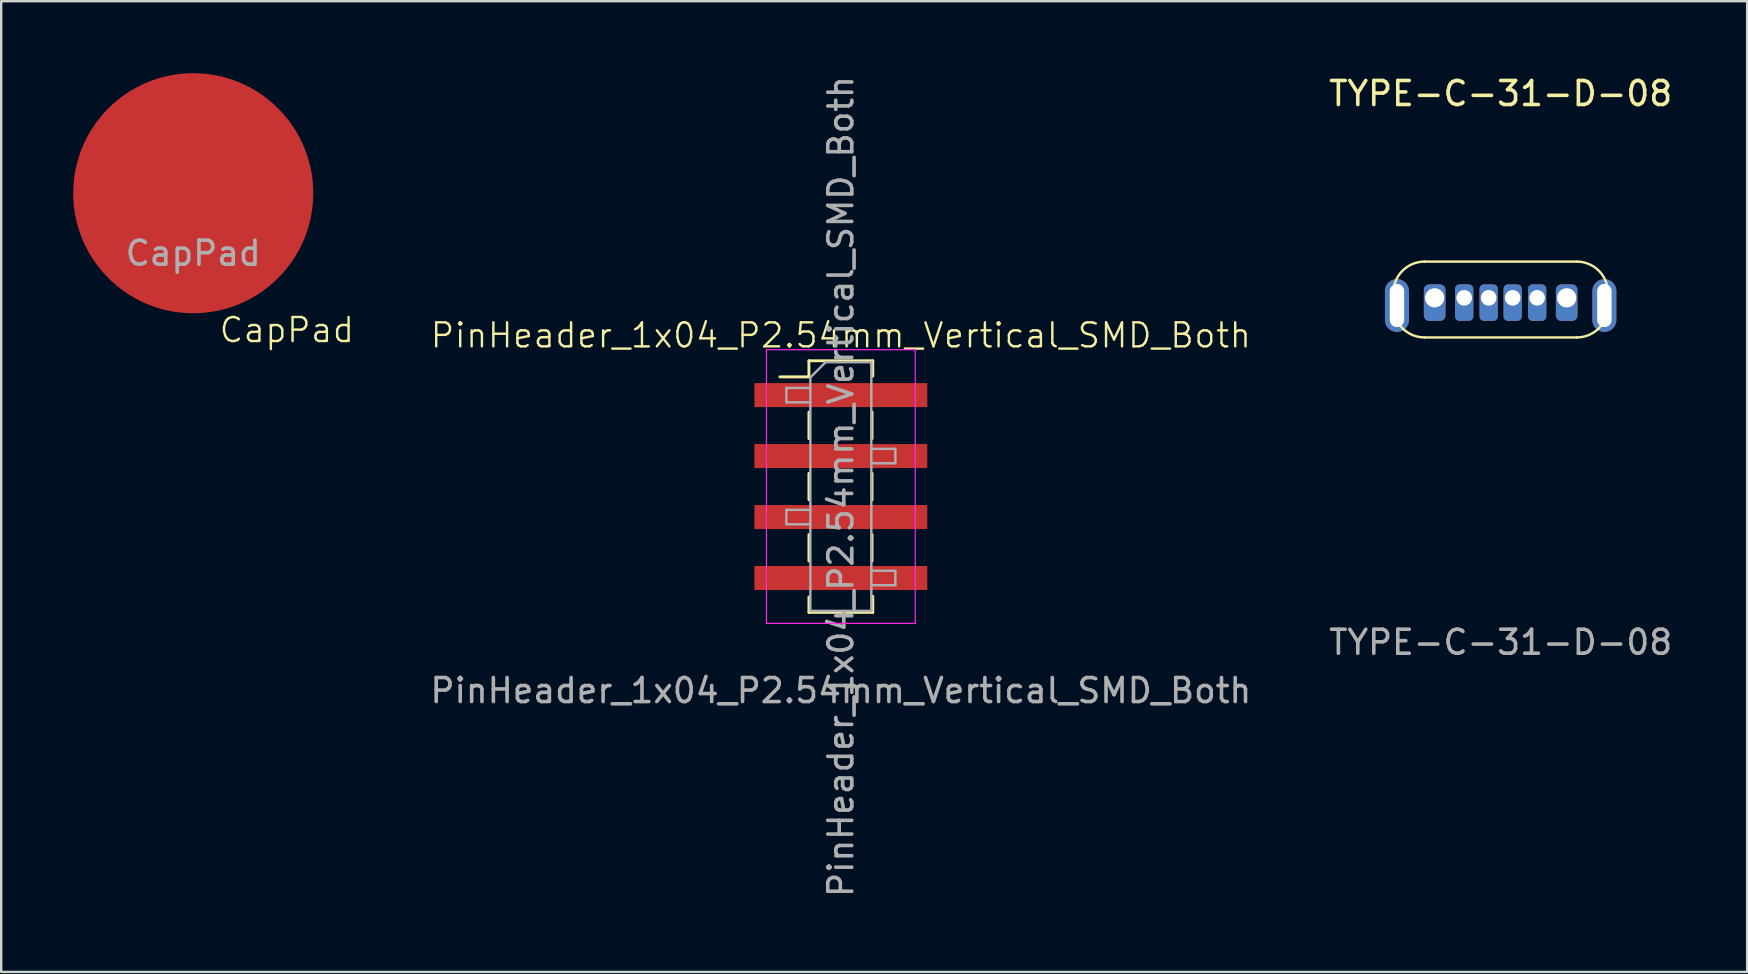
<source format=kicad_pcb>
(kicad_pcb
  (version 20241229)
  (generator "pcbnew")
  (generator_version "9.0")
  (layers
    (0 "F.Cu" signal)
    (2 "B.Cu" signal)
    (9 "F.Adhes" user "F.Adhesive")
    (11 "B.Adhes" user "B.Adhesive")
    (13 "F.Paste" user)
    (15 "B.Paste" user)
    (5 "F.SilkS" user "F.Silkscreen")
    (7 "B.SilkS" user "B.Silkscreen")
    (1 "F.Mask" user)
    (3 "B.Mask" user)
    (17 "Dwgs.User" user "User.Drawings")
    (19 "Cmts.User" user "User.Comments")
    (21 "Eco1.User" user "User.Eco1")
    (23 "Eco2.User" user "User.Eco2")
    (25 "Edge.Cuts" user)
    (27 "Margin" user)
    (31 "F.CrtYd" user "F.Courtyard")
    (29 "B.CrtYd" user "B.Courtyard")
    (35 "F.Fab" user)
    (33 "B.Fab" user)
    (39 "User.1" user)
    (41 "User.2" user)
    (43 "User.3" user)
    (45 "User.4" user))
  (footprint "CapPad"
    (layer "F.Cu")
    (at 5 5)
    (property "Reference" "CapPad" (at 3.9 5.7 0) (unlocked yes) (layer "F.SilkS") (effects (font (size 1 1) (thickness 0.1))))
    (attr smd)
    (fp_text user "${REFERENCE}" (at 0 2.5 0) (unlocked yes) (layer "F.Fab") (effects (font (size 1 1) (thickness 0.15))))
    (pad "1" smd circle (at 0 0) (size 10 10) (layers "F.Cu" "F.Paste")))
  (footprint "PinHeader_1x04_P2.54mm_Vertical_SMD_Both"
    (layer "F.Cu")
    (at 31.98 17.22)
    (property "Reference" "PinHeader_1x04_P2.54mm_Vertical_SMD_Both" (at 0 -6.3 0) (unlocked yes) (layer "F.SilkS") (effects (font (size 1 1) (thickness 0.1))))
    (attr smd)
    (fp_line (start -2.54 -4.57) (end -1.33 -4.57) (stroke (width 0.12) (type solid)) (layer "F.SilkS"))
    (fp_line (start -1.33 -5.24) (end -1.33 -4.57) (stroke (width 0.12) (type solid)) (layer "F.SilkS"))
    (fp_line (start -1.33 -5.24) (end 1.33 -5.24) (stroke (width 0.12) (type solid)) (layer "F.SilkS"))
    (fp_line (start -1.33 -3.1) (end -1.33 -2) (stroke (width 0.12) (type solid)) (layer "F.SilkS"))
    (fp_line (start -1.33 -0.55) (end -1.33 0.55) (stroke (width 0.12) (type solid)) (layer "F.SilkS"))
    (fp_line (start -1.33 2) (end -1.33 3.1) (stroke (width 0.12) (type solid)) (layer "F.SilkS"))
    (fp_line (start -1.33 4.6) (end -1.33 5.24) (stroke (width 0.12) (type solid)) (layer "F.SilkS"))
    (fp_line (start -1.33 5.24) (end 1.33 5.24) (stroke (width 0.12) (type solid)) (layer "F.SilkS"))
    (fp_line (start 1.3 -3.1) (end 1.3 -2) (stroke (width 0.12) (type solid)) (layer "F.SilkS"))
    (fp_line (start 1.3 -0.55) (end 1.3 0.55) (stroke (width 0.12) (type solid)) (layer "F.SilkS"))
    (fp_line (start 1.3 2) (end 1.3 3.1) (stroke (width 0.12) (type solid)) (layer "F.SilkS"))
    (fp_line (start 1.33 -5.24) (end 1.33 -4.6) (stroke (width 0.12) (type solid)) (layer "F.SilkS"))
    (fp_line (start 1.33 4.57) (end 1.33 5.24) (stroke (width 0.12) (type solid)) (layer "F.SilkS"))
    (fp_line (start -3.1 -5.7) (end 3.1 -5.7) (stroke (width 0.05) (type solid)) (layer "F.CrtYd"))
    (fp_line (start -3.1 5.7) (end -3.1 -5.7) (stroke (width 0.05) (type solid)) (layer "F.CrtYd"))
    (fp_line (start 3.1 -5.7) (end 3.1 5.7) (stroke (width 0.05) (type solid)) (layer "F.CrtYd"))
    (fp_line (start 3.1 5.7) (end -3.1 5.7) (stroke (width 0.05) (type solid)) (layer "F.CrtYd"))
    (fp_line (start -2.27 -4.11) (end -1.27 -4.11) (stroke (width 0.1) (type solid)) (layer "F.Fab"))
    (fp_line (start -2.27 -3.51) (end -2.27 -4.11) (stroke (width 0.1) (type solid)) (layer "F.Fab"))
    (fp_line (start -2.27 1.57) (end -2.27 0.97) (stroke (width 0.1) (type solid)) (layer "F.Fab"))
    (fp_line (start -1.27 -4.545) (end -0.635 -5.18) (stroke (width 0.1) (type solid)) (layer "F.Fab"))
    (fp_line (start -1.27 -3.51) (end -2.27 -3.51) (stroke (width 0.1) (type solid)) (layer "F.Fab"))
    (fp_line (start -1.27 0.97) (end -2.27 0.97) (stroke (width 0.1) (type solid)) (layer "F.Fab"))
    (fp_line (start -1.27 1.57) (end -2.27 1.57) (stroke (width 0.1) (type solid)) (layer "F.Fab"))
    (fp_line (start -1.27 5.18) (end -1.27 -4.545) (stroke (width 0.1) (type solid)) (layer "F.Fab"))
    (fp_line (start -0.635 -5.18) (end 1.27 -5.18) (stroke (width 0.1) (type solid)) (layer "F.Fab"))
    (fp_line (start 1.27 -5.18) (end 1.27 5.18) (stroke (width 0.1) (type solid)) (layer "F.Fab"))
    (fp_line (start 1.27 -1.57) (end 2.27 -1.57) (stroke (width 0.1) (type solid)) (layer "F.Fab"))
    (fp_line (start 1.27 3.51) (end 2.27 3.51) (stroke (width 0.1) (type solid)) (layer "F.Fab"))
    (fp_line (start 1.27 5.18) (end -1.27 5.18) (stroke (width 0.1) (type solid)) (layer "F.Fab"))
    (fp_line (start 2.27 -1.57) (end 2.27 -0.97) (stroke (width 0.1) (type solid)) (layer "F.Fab"))
    (fp_line (start 2.27 -0.97) (end 1.27 -0.97) (stroke (width 0.1) (type solid)) (layer "F.Fab"))
    (fp_line (start 2.27 3.51) (end 2.27 4.11) (stroke (width 0.1) (type solid)) (layer "F.Fab"))
    (fp_line (start 2.27 4.11) (end 1.27 4.11) (stroke (width 0.1) (type solid)) (layer "F.Fab"))
    (fp_text user "${REFERENCE}" (at 0 0 90) (layer "F.Fab") (effects (font (size 1 1) (thickness 0.15))))
    (fp_text user "${REFERENCE}" (at 0 8.5 0) (unlocked yes) (layer "F.Fab") (effects (font (size 1 1) (thickness 0.15))))
    (pad "1" smd rect (at 0 -3.81) (size 7.2 1) (layers "F.Cu" "F.Mask" "F.Paste"))
    (pad "2" smd rect (at 0 -1.27) (size 7.2 1) (layers "F.Cu" "F.Mask" "F.Paste"))
    (pad "3" smd rect (at 0 1.27) (size 7.2 1) (layers "F.Cu" "F.Mask" "F.Paste"))
    (pad "4" smd rect (at 0 3.81) (size 7.2 1) (layers "F.Cu" "F.Mask" "F.Paste")))
  (footprint "TYPE-C-31-D-08"
    (layer "F.Cu")
    (at 59.468 11.008)
    (property "Reference" "TYPE-C-31-D-08" (at 0 -10.16 0) (unlocked yes) (layer "F.SilkS") (effects (font (size 1 1) (thickness 0.15))))
    (attr through_hole)
    (fp_line (start -4.47 -1.3) (end -4.47 -1.86) (stroke (width 0.1) (type default)) (layer "F.SilkS"))
    (fp_line (start -3.17 -3.16) (end 3.17 -3.16) (stroke (width 0.1) (type default)) (layer "F.SilkS"))
    (fp_line (start 3.17 0) (end -3.17 0) (stroke (width 0.1) (type default)) (layer "F.SilkS"))
    (fp_line (start 4.47 -1.86) (end 4.47 -1.3) (stroke (width 0.1) (type default)) (layer "F.SilkS"))
    (fp_arc (start -4.47 -1.86) (mid -4.089239 -2.779238) (end -3.17 -3.16) (stroke (width 0.1) (type default)) (layer "F.SilkS"))
    (fp_arc (start -3.17 0) (mid -4.089238 -0.380761) (end -4.47 -1.3) (stroke (width 0.1) (type default)) (layer "F.SilkS"))
    (fp_arc (start 3.17 -3.16) (mid 4.089238 -2.779239) (end 4.47 -1.86) (stroke (width 0.1) (type default)) (layer "F.SilkS"))
    (fp_arc (start 4.47 -1.3) (mid 4.089239 -0.380762) (end 3.17 0) (stroke (width 0.1) (type default)) (layer "F.SilkS"))
    (fp_text user "${REFERENCE}" (at 0 12.7 0) (unlocked yes) (layer "F.Fab") (effects (font (size 1 1) (thickness 0.15))))
    (pad "A5" thru_hole roundrect (at -0.5 -1.65) (size 0.762 1.524) (drill 0.65 (offset 0 0.2)) (layers "*.Cu" "*.Mask") (roundrect_rratio 0.25))
    (pad "A9" thru_hole roundrect (at 1.52 -1.65) (size 0.762 1.524) (drill 0.65 (offset 0 0.2)) (layers "*.Cu" "*.Mask") (roundrect_rratio 0.25))
    (pad "A12" thru_hole roundrect (at 2.75 -1.65) (size 0.9 1.524) (drill 0.8 (offset 0 0.2)) (layers "*.Cu" "*.Mask") (roundrect_rratio 0.25))
    (pad "B5" thru_hole roundrect (at 0.5 -1.65) (size 0.762 1.524) (drill 0.65 (offset 0 0.2)) (layers "*.Cu" "*.Mask") (roundrect_rratio 0.25))
    (pad "B9" thru_hole roundrect (at -1.52 -1.65) (size 0.762 1.524) (drill 0.65 (offset 0 0.2)) (layers "*.Cu" "*.Mask") (roundrect_rratio 0.25))
    (pad "B12" thru_hole roundrect (at -2.75 -1.65) (size 0.9 1.524) (drill 0.8 (offset 0 0.2)) (layers "*.Cu" "*.Mask") (roundrect_rratio 0.25))
    (pad "S1" thru_hole oval (at -4.32 -1.33) (size 1 2.2) (drill oval 0.6 1.8) (layers "*.Cu" "*.Mask"))
    (pad "S1" thru_hole oval (at 4.32 -1.33) (size 1 2.2) (drill oval 0.6 1.8) (layers "*.Cu" "*.Mask")))
  (gr_rect
    (start -3 -3)
    (end 69.736 37.44)
    (stroke (width 0.1) (type default))
    (fill no)
    (layer "Edge.Cuts")))
</source>
